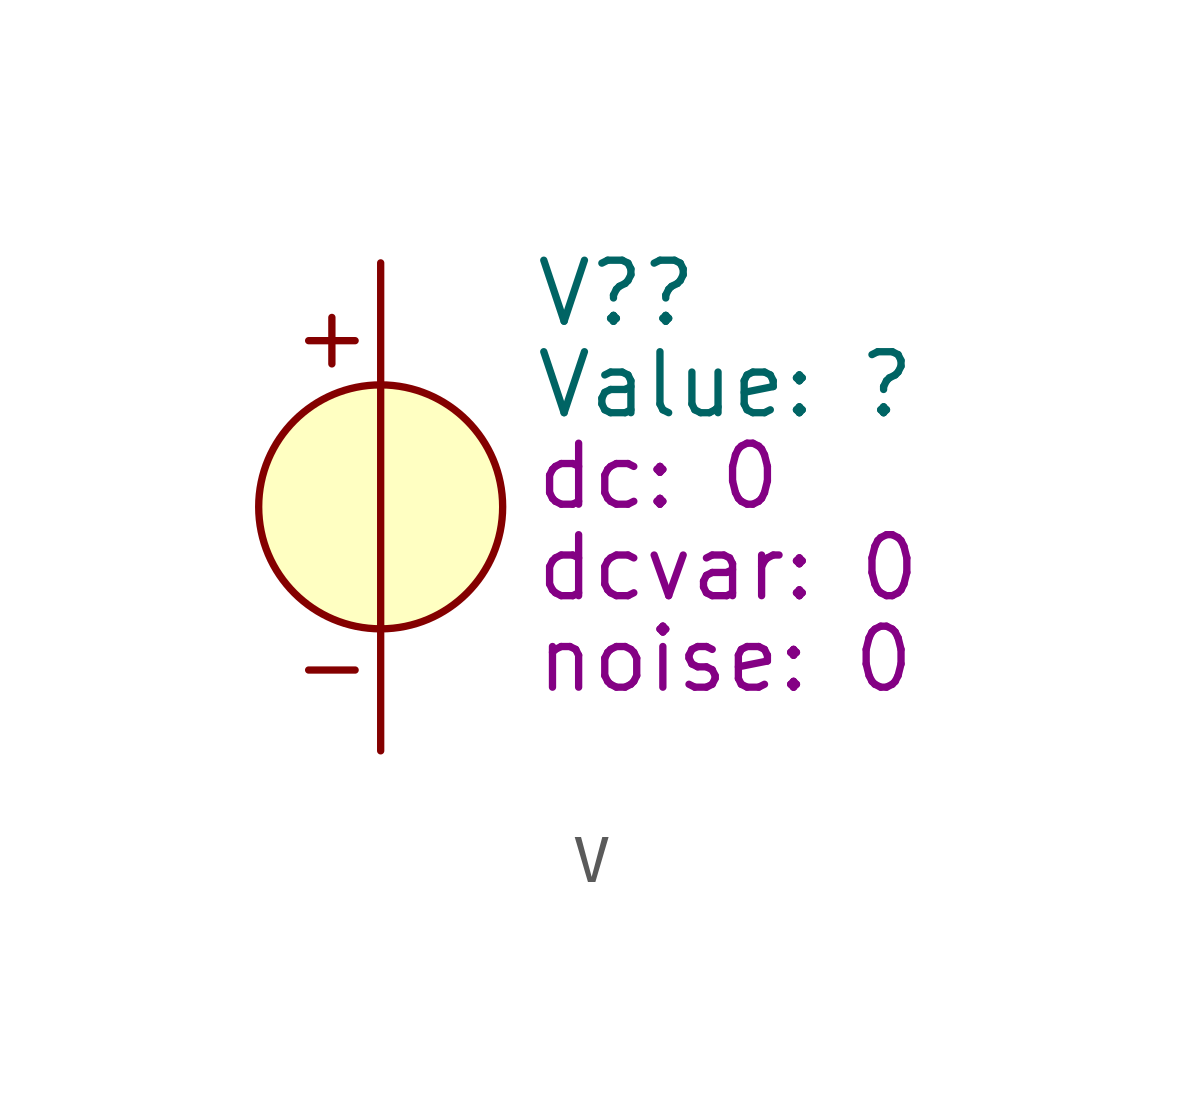
<source format=kicad_sym>
(kicad_symbol_lib
  (version 20241209)
  (generator "kicad_symbol_editor")
  (generator_version "9.0")
  (symbol "V"
    (pin_numbers
      (hide yes))
    (pin_names
      (offset 0)
      (hide yes))
    (property "Reference" "V?"
      (at 3.175 4.445 0)
      (effects (font (size 1.27 1.27)) (justify left)))
    (property "Value" "?"
      (at 3.175 2.54 0)
      (show_name)
      (effects (font (size 1.27 1.27)) (justify left)))
    (property "noise" "0"
      (at 3.175 -3.175 0)
      (show_name)
      (effects (font (size 1.27 1.27)) (justify left)))
    (property "dc" "0"
      (at 3.175 0.635 0)
      (show_name)
      (effects (font (size 1.27 1.27)) (justify left)))
    (property "dcvar" "0"
      (at 3.175 -1.27 0)
      (show_name)
      (effects (font (size 1.27 1.27)) (justify left)))
    (symbol "V_0_0"
      (text "+" (at -1.016 3.556 0) (effects (font (size 1.27 1.27))))
      (text "-" (at -1.016 -3.302 0) (effects (font (size 1.27 1.27))))
      (pin power_out line (at 0 5.08 270) (length 2.54) (name "p" (effects (font (size 1.27 1.27)))) (number "1" (effects (font (size 1.27 1.27)))))
      (pin power_out line (at 0 -5.08 90) (length 2.54) (name "n" (effects (font (size 1.27 1.27)))) (number "2" (effects (font (size 1.27 1.27))))))
    (symbol "V_0_1"
      (polyline (pts (xy 0 2.54) (xy 0 -2.54)) (stroke (width 0) (type solid)) (fill (type none))))
    (symbol "V_1_0"
      (circle (center 0 0) (radius 2.54) (stroke (width 0) (type solid)) (fill (type background))))))
</source>
